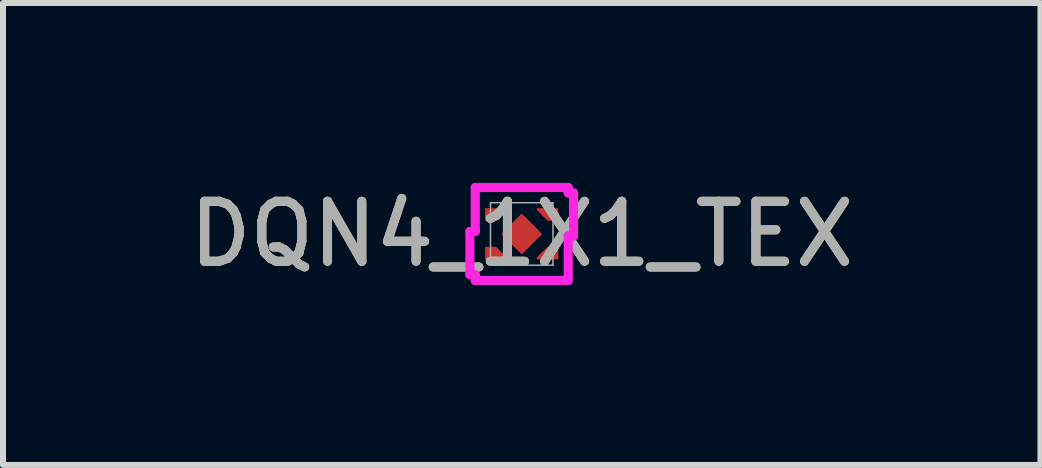
<source format=kicad_pcb>
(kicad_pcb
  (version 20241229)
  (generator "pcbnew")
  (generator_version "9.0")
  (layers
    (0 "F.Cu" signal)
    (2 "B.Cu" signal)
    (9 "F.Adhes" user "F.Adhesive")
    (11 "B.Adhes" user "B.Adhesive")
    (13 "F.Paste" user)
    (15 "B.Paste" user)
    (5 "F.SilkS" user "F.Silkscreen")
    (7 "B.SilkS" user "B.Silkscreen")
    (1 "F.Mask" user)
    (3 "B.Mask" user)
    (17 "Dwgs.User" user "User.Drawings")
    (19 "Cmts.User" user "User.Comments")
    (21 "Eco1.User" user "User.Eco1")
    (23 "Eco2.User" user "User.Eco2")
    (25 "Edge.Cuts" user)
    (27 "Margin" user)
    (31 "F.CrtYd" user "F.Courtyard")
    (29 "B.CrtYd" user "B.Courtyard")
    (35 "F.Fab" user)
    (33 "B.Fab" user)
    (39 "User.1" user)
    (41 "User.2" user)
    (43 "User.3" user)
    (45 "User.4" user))
  (footprint "DQN4_1X1_TEX"
    (layer "F.Cu")
    (at 5.649 0.851)
    (property "Reference" "DQN4_1X1_TEX" (at 0 0 0) (unlocked yes) (layer "F.SilkS") (effects (font (size 1 1) (thickness 0.15))))
    (attr smd)
    (fp_poly (pts (xy 0 -0.341) (xy 0.341 0) (xy 0 0.341) (xy -0.341 0)) (stroke (width 0) (type solid)) (fill yes) (layer "F.Cu"))
    (fp_poly (pts (xy -0.61 -0.43) (xy -0.25 -0.43) (xy -0.25 -0.4) (xy -0.43 -0.22) (xy -0.61 -0.22)) (stroke (width 0) (type solid)) (fill yes) (layer "F.Cu"))
    (fp_poly (pts (xy -0.61 0.423) (xy -0.25 0.423) (xy -0.25 0.393) (xy -0.43 0.213) (xy -0.61 0.213)) (stroke (width 0) (type solid)) (fill yes) (layer "F.Cu"))
    (fp_poly (pts (xy 0.25 -0.43) (xy 0.25 -0.4) (xy 0.43 -0.22) (xy 0.61 -0.22) (xy 0.61 -0.43)) (stroke (width 0) (type solid)) (fill yes) (layer "F.Cu"))
    (fp_poly (pts (xy 0.25 0.423) (xy 0.25 0.393) (xy 0.43 0.213) (xy 0.61 0.213) (xy 0.61 0.423)) (stroke (width 0) (type solid)) (fill yes) (layer "F.Cu"))
    (fp_poly (pts (xy 0 -0.367) (xy 0.367 0) (xy 0 0.367) (xy -0.367 0)) (stroke (width 0) (type solid)) (fill yes) (layer "F.Mask"))
    (fp_poly (pts (xy -0.636 -0.455) (xy -0.225 -0.455) (xy -0.225 -0.375) (xy -0.405 -0.195) (xy -0.636 -0.195)) (stroke (width 0) (type solid)) (fill yes) (layer "F.Mask"))
    (fp_poly (pts (xy -0.636 0.449) (xy -0.225 0.449) (xy -0.225 0.368) (xy -0.405 0.188) (xy -0.636 0.188)) (stroke (width 0) (type solid)) (fill yes) (layer "F.Mask"))
    (fp_poly (pts (xy 0.225 -0.455) (xy 0.225 -0.375) (xy 0.405 -0.195) (xy 0.636 -0.195) (xy 0.636 -0.455)) (stroke (width 0) (type solid)) (fill yes) (layer "F.Mask"))
    (fp_poly (pts (xy 0.225 0.449) (xy 0.225 0.368) (xy 0.405 0.188) (xy 0.636 0.188) (xy 0.636 0.449)) (stroke (width 0) (type solid)) (fill yes) (layer "F.Mask"))
    (fp_poly (pts (xy 0 -0.341) (xy 0.341 0) (xy 0 0.341) (xy -0.341 0)) (stroke (width 0) (type solid)) (fill yes) (layer "F.Paste"))
    (fp_poly (pts (xy -0.61 -0.43) (xy -0.25 -0.43) (xy -0.25 -0.4) (xy -0.43 -0.22) (xy -0.61 -0.22)) (stroke (width 0) (type solid)) (fill yes) (layer "F.Paste"))
    (fp_poly (pts (xy -0.61 0.423) (xy -0.25 0.423) (xy -0.25 0.393) (xy -0.43 0.213) (xy -0.61 0.213)) (stroke (width 0) (type solid)) (fill yes) (layer "F.Paste"))
    (fp_poly (pts (xy 0.25 -0.43) (xy 0.25 -0.4) (xy 0.43 -0.22) (xy 0.61 -0.22) (xy 0.61 -0.43)) (stroke (width 0) (type solid)) (fill yes) (layer "F.Paste"))
    (fp_poly (pts (xy 0.25 0.423) (xy 0.25 0.393) (xy 0.43 0.213) (xy 0.61 0.213) (xy 0.61 0.423)) (stroke (width 0) (type solid)) (fill yes) (layer "F.Paste"))
    (fp_line (start -0.864 -0.041) (end -0.864 0.677) (stroke (width 0.152) (type solid)) (layer "F.CrtYd"))
    (fp_line (start -0.864 0.677) (end -0.775 0.677) (stroke (width 0.152) (type solid)) (layer "F.CrtYd"))
    (fp_line (start -0.775 -0.775) (end -0.775 -0.041) (stroke (width 0.152) (type solid)) (layer "F.CrtYd"))
    (fp_line (start -0.775 -0.041) (end -0.864 -0.041) (stroke (width 0.152) (type solid)) (layer "F.CrtYd"))
    (fp_line (start -0.775 0.677) (end -0.775 0.775) (stroke (width 0.152) (type solid)) (layer "F.CrtYd"))
    (fp_line (start -0.775 0.775) (end 0.775 0.775) (stroke (width 0.152) (type solid)) (layer "F.CrtYd"))
    (fp_line (start 0.775 -0.775) (end -0.775 -0.775) (stroke (width 0.152) (type solid)) (layer "F.CrtYd"))
    (fp_line (start 0.775 -0.684) (end 0.775 -0.775) (stroke (width 0.152) (type solid)) (layer "F.CrtYd"))
    (fp_line (start 0.775 0.034) (end 0.864 0.034) (stroke (width 0.152) (type solid)) (layer "F.CrtYd"))
    (fp_line (start 0.775 0.775) (end 0.775 0.034) (stroke (width 0.152) (type solid)) (layer "F.CrtYd"))
    (fp_line (start 0.864 -0.684) (end 0.775 -0.684) (stroke (width 0.152) (type solid)) (layer "F.CrtYd"))
    (fp_line (start 0.864 0.034) (end 0.864 -0.684) (stroke (width 0.152) (type solid)) (layer "F.CrtYd"))
    (fp_line (start -0.521 -0.521) (end -0.521 0.521) (stroke (width 0.025) (type solid)) (layer "F.Fab"))
    (fp_line (start -0.521 0.521) (end 0.521 0.521) (stroke (width 0.025) (type solid)) (layer "F.Fab"))
    (fp_line (start 0.521 -0.521) (end -0.521 -0.521) (stroke (width 0.025) (type solid)) (layer "F.Fab"))
    (fp_line (start 0.521 0.521) (end 0.521 -0.521) (stroke (width 0.025) (type solid)) (layer "F.Fab"))
    (fp_circle (center -0.343 -0.325) (end -0.343 -0.325) (stroke (width 0.025) (type solid)) (fill no) (layer "F.Fab"))
    (fp_text user "${REFERENCE}" (at 0 0 0) (unlocked yes) (layer "F.Fab") (effects (font (size 1 1) (thickness 0.15))))
    (pad "1" smd rect (at -0.43 -0.325) (size 0.025 0.025) (layers "F.Cu" "F.Mask" "F.Paste"))
    (pad "2" smd rect (at -0.43 0.325) (size 0.025 0.025) (layers "F.Cu" "F.Mask" "F.Paste"))
    (pad "3" smd rect (at 0.43 0.325) (size 0.025 0.025) (layers "F.Cu" "F.Mask" "F.Paste"))
    (pad "4" smd rect (at 0.43 -0.325) (size 0.025 0.025) (layers "F.Cu" "F.Mask" "F.Paste"))
    (pad "5" smd rect (at 0 0) (size 0.025 0.025) (layers "F.Cu" "F.Mask" "F.Paste")))
  (gr_rect
    (start -3 -3)
    (end 14.298 4.702)
    (stroke (width 0.1) (type default))
    (fill no)
    (layer "Edge.Cuts")))
</source>
